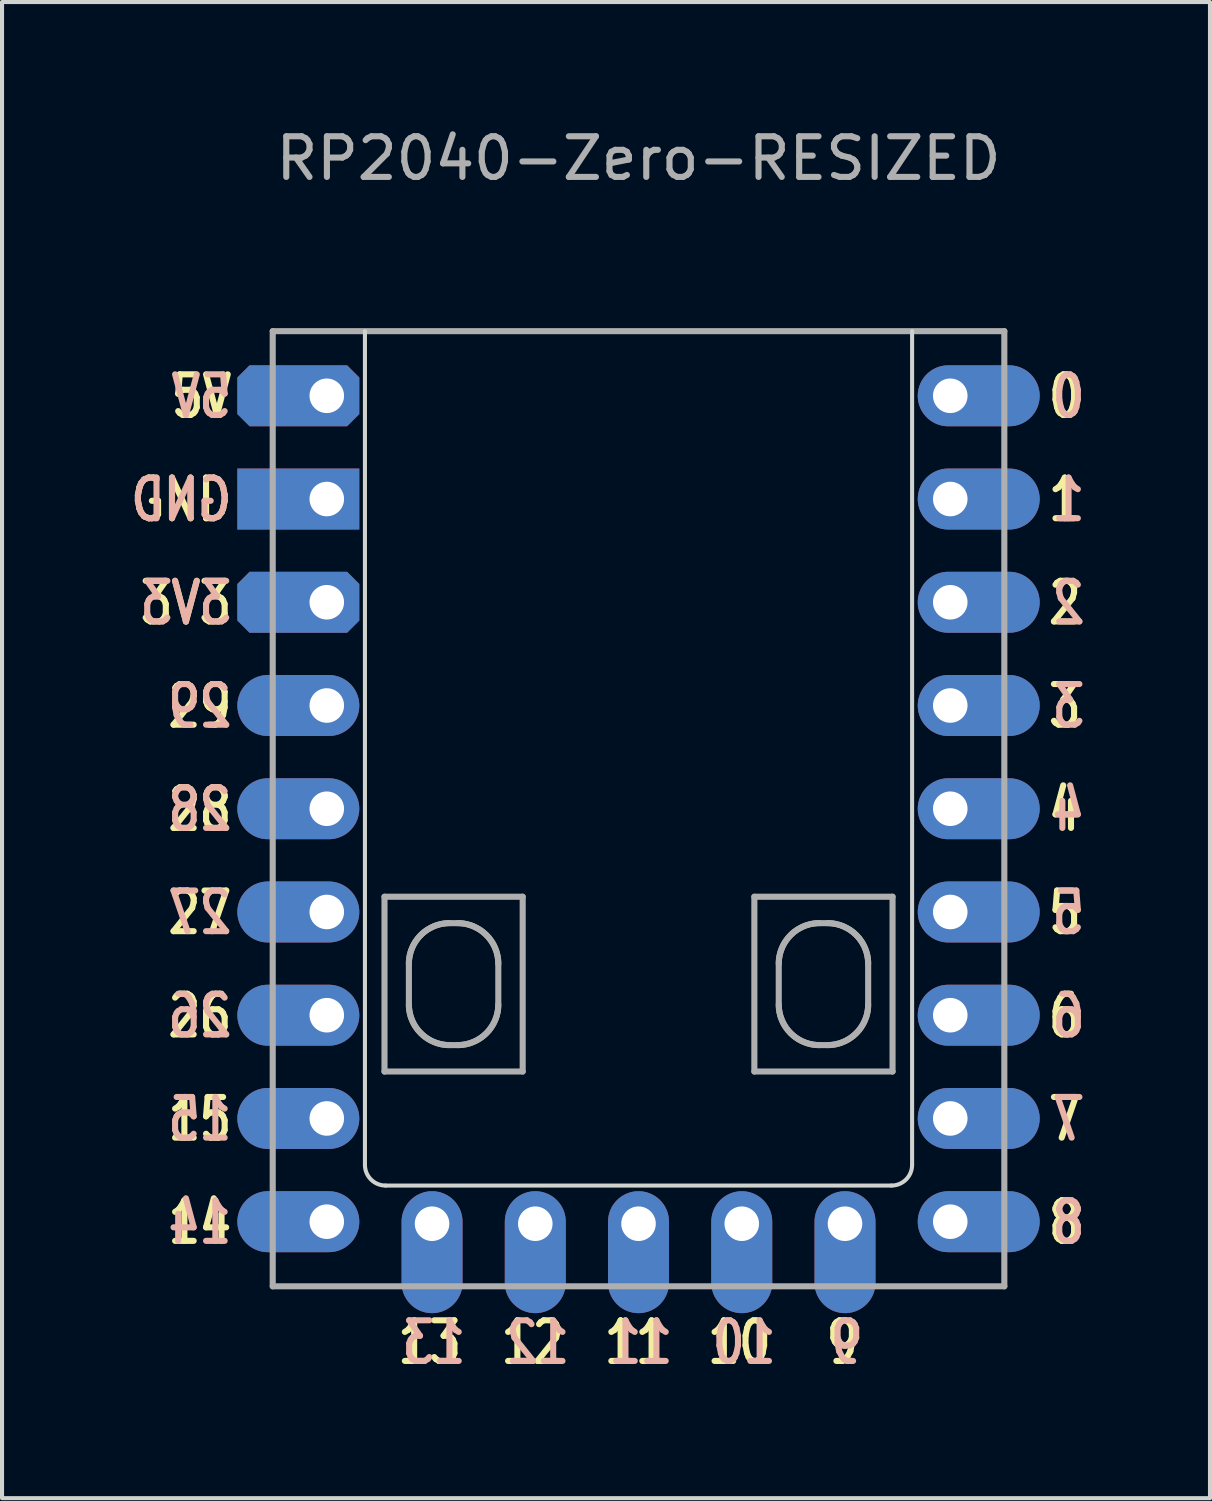
<source format=kicad_pcb>
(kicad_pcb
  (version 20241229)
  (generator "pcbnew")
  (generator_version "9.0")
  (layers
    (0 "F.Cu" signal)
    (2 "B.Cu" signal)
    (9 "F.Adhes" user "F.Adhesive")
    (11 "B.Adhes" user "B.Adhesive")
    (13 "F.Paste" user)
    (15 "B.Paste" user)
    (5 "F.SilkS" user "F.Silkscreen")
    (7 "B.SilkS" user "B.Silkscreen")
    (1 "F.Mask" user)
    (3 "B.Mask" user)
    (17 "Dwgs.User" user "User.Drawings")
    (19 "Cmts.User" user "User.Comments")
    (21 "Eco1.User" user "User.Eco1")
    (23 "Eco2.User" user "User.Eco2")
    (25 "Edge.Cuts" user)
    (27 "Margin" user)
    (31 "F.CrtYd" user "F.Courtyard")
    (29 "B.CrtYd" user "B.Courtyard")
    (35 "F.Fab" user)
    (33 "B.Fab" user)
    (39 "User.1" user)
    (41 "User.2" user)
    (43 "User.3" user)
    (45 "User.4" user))
  (footprint "RP2040-Zero-RESIZED"
    (layer "F.Cu")
    (at 12.66 16.848)
    (property "Reference" "RP2040-Zero-RESIZED" (at 0 -16 0) (layer "F.Fab") (effects (font (size 1 1) (thickness 0.15))))
    (attr through_hole exclude_from_pos_files)
    (fp_line (start -6.731 -11.75) (end -6.731 8.763) (stroke (width 0.1) (type solid)) (layer "Edge.Cuts"))
    (fp_line (start -6.223 9.271) (end 6.223 9.271) (stroke (width 0.1) (type solid)) (layer "Edge.Cuts"))
    (fp_line (start 6.731 8.763) (end 6.731 -11.75) (stroke (width 0.1) (type solid)) (layer "Edge.Cuts"))
    (fp_arc (start -6.223 9.271) (mid -6.58221 9.12221) (end -6.731 8.763) (stroke (width 0.1) (type solid)) (layer "Edge.Cuts"))
    (fp_arc (start 6.731 8.763) (mid 6.58221 9.12221) (end 6.223 9.271) (stroke (width 0.1) (type solid)) (layer "Edge.Cuts"))
    (fp_line (start -9 -11.75) (end 9 -11.75) (stroke (width 0.15) (type default)) (layer "F.Fab"))
    (fp_line (start -9 11.75) (end -9 -11.75) (stroke (width 0.15) (type default)) (layer "F.Fab"))
    (fp_line (start -9 11.75) (end 9 11.75) (stroke (width 0.15) (type default)) (layer "F.Fab"))
    (fp_line (start -6.25 2.165) (end -2.85 2.165) (stroke (width 0.15) (type default)) (layer "F.Fab"))
    (fp_line (start -6.25 6.465) (end -6.25 2.165) (stroke (width 0.15) (type default)) (layer "F.Fab"))
    (fp_line (start -5.65 3.815) (end -5.649 3.763) (stroke (width 0.15) (type default)) (layer "F.Fab"))
    (fp_line (start -5.65 4.815) (end -5.65 3.815) (stroke (width 0.15) (type default)) (layer "F.Fab"))
    (fp_line (start -5.649 3.763) (end -5.645 3.713) (stroke (width 0.15) (type default)) (layer "F.Fab"))
    (fp_line (start -5.649 4.866) (end -5.65 4.815) (stroke (width 0.15) (type default)) (layer "F.Fab"))
    (fp_line (start -5.645 3.713) (end -5.638 3.663) (stroke (width 0.15) (type default)) (layer "F.Fab"))
    (fp_line (start -5.645 4.917) (end -5.649 4.866) (stroke (width 0.15) (type default)) (layer "F.Fab"))
    (fp_line (start -5.638 3.663) (end -5.63 3.613) (stroke (width 0.15) (type default)) (layer "F.Fab"))
    (fp_line (start -5.638 4.967) (end -5.645 4.917) (stroke (width 0.15) (type default)) (layer "F.Fab"))
    (fp_line (start -5.63 3.613) (end -5.618 3.565) (stroke (width 0.15) (type default)) (layer "F.Fab"))
    (fp_line (start -5.63 5.016) (end -5.638 4.967) (stroke (width 0.15) (type default)) (layer "F.Fab"))
    (fp_line (start -5.618 3.565) (end -5.605 3.518) (stroke (width 0.15) (type default)) (layer "F.Fab"))
    (fp_line (start -5.618 5.065) (end -5.63 5.016) (stroke (width 0.15) (type default)) (layer "F.Fab"))
    (fp_line (start -5.605 3.518) (end -5.589 3.471) (stroke (width 0.15) (type default)) (layer "F.Fab"))
    (fp_line (start -5.605 5.112) (end -5.618 5.065) (stroke (width 0.15) (type default)) (layer "F.Fab"))
    (fp_line (start -5.589 3.471) (end -5.571 3.426) (stroke (width 0.15) (type default)) (layer "F.Fab"))
    (fp_line (start -5.589 5.159) (end -5.605 5.112) (stroke (width 0.15) (type default)) (layer "F.Fab"))
    (fp_line (start -5.571 3.426) (end -5.551 3.381) (stroke (width 0.15) (type default)) (layer "F.Fab"))
    (fp_line (start -5.571 5.204) (end -5.589 5.159) (stroke (width 0.15) (type default)) (layer "F.Fab"))
    (fp_line (start -5.551 3.381) (end -5.529 3.338) (stroke (width 0.15) (type default)) (layer "F.Fab"))
    (fp_line (start -5.551 5.248) (end -5.571 5.204) (stroke (width 0.15) (type default)) (layer "F.Fab"))
    (fp_line (start -5.529 3.338) (end -5.505 3.296) (stroke (width 0.15) (type default)) (layer "F.Fab"))
    (fp_line (start -5.529 5.291) (end -5.551 5.248) (stroke (width 0.15) (type default)) (layer "F.Fab"))
    (fp_line (start -5.505 3.296) (end -5.479 3.256) (stroke (width 0.15) (type default)) (layer "F.Fab"))
    (fp_line (start -5.505 5.333) (end -5.529 5.291) (stroke (width 0.15) (type default)) (layer "F.Fab"))
    (fp_line (start -5.479 3.256) (end -5.451 3.217) (stroke (width 0.15) (type default)) (layer "F.Fab"))
    (fp_line (start -5.479 5.374) (end -5.505 5.333) (stroke (width 0.15) (type default)) (layer "F.Fab"))
    (fp_line (start -5.451 3.217) (end -5.421 3.179) (stroke (width 0.15) (type default)) (layer "F.Fab"))
    (fp_line (start -5.451 5.413) (end -5.479 5.374) (stroke (width 0.15) (type default)) (layer "F.Fab"))
    (fp_line (start -5.421 3.179) (end -5.39 3.143) (stroke (width 0.15) (type default)) (layer "F.Fab"))
    (fp_line (start -5.421 5.451) (end -5.451 5.413) (stroke (width 0.15) (type default)) (layer "F.Fab"))
    (fp_line (start -5.39 3.143) (end -5.357 3.108) (stroke (width 0.15) (type default)) (layer "F.Fab"))
    (fp_line (start -5.39 5.487) (end -5.421 5.451) (stroke (width 0.15) (type default)) (layer "F.Fab"))
    (fp_line (start -5.357 3.108) (end -5.322 3.075) (stroke (width 0.15) (type default)) (layer "F.Fab"))
    (fp_line (start -5.357 5.522) (end -5.39 5.487) (stroke (width 0.15) (type default)) (layer "F.Fab"))
    (fp_line (start -5.322 3.075) (end -5.286 3.043) (stroke (width 0.15) (type default)) (layer "F.Fab"))
    (fp_line (start -5.322 5.555) (end -5.357 5.522) (stroke (width 0.15) (type default)) (layer "F.Fab"))
    (fp_line (start -5.286 3.043) (end -5.248 3.014) (stroke (width 0.15) (type default)) (layer "F.Fab"))
    (fp_line (start -5.286 5.586) (end -5.322 5.555) (stroke (width 0.15) (type default)) (layer "F.Fab"))
    (fp_line (start -5.248 3.014) (end -5.209 2.986) (stroke (width 0.15) (type default)) (layer "F.Fab"))
    (fp_line (start -5.248 5.616) (end -5.286 5.586) (stroke (width 0.15) (type default)) (layer "F.Fab"))
    (fp_line (start -5.209 2.986) (end -5.168 2.96) (stroke (width 0.15) (type default)) (layer "F.Fab"))
    (fp_line (start -5.209 5.644) (end -5.248 5.616) (stroke (width 0.15) (type default)) (layer "F.Fab"))
    (fp_line (start -5.168 2.96) (end -5.126 2.936) (stroke (width 0.15) (type default)) (layer "F.Fab"))
    (fp_line (start -5.168 5.67) (end -5.209 5.644) (stroke (width 0.15) (type default)) (layer "F.Fab"))
    (fp_line (start -5.126 2.936) (end -5.083 2.914) (stroke (width 0.15) (type default)) (layer "F.Fab"))
    (fp_line (start -5.126 5.694) (end -5.168 5.67) (stroke (width 0.15) (type default)) (layer "F.Fab"))
    (fp_line (start -5.083 2.914) (end -5.039 2.893) (stroke (width 0.15) (type default)) (layer "F.Fab"))
    (fp_line (start -5.083 5.716) (end -5.126 5.694) (stroke (width 0.15) (type default)) (layer "F.Fab"))
    (fp_line (start -5.039 2.893) (end -4.994 2.876) (stroke (width 0.15) (type default)) (layer "F.Fab"))
    (fp_line (start -5.039 5.736) (end -5.083 5.716) (stroke (width 0.15) (type default)) (layer "F.Fab"))
    (fp_line (start -4.994 2.876) (end -4.947 2.86) (stroke (width 0.15) (type default)) (layer "F.Fab"))
    (fp_line (start -4.994 5.754) (end -5.039 5.736) (stroke (width 0.15) (type default)) (layer "F.Fab"))
    (fp_line (start -4.947 2.86) (end -4.9 2.846) (stroke (width 0.15) (type default)) (layer "F.Fab"))
    (fp_line (start -4.947 5.77) (end -4.994 5.754) (stroke (width 0.15) (type default)) (layer "F.Fab"))
    (fp_line (start -4.9 2.846) (end -4.851 2.835) (stroke (width 0.15) (type default)) (layer "F.Fab"))
    (fp_line (start -4.9 5.783) (end -4.947 5.77) (stroke (width 0.15) (type default)) (layer "F.Fab"))
    (fp_line (start -4.851 2.835) (end -4.802 2.826) (stroke (width 0.15) (type default)) (layer "F.Fab"))
    (fp_line (start -4.851 5.795) (end -4.9 5.783) (stroke (width 0.15) (type default)) (layer "F.Fab"))
    (fp_line (start -4.802 2.826) (end -4.752 2.82) (stroke (width 0.15) (type default)) (layer "F.Fab"))
    (fp_line (start -4.802 5.803) (end -4.851 5.795) (stroke (width 0.15) (type default)) (layer "F.Fab"))
    (fp_line (start -4.752 2.82) (end -4.701 2.816) (stroke (width 0.15) (type default)) (layer "F.Fab"))
    (fp_line (start -4.752 5.81) (end -4.802 5.803) (stroke (width 0.15) (type default)) (layer "F.Fab"))
    (fp_line (start -4.701 2.816) (end -4.65 2.815) (stroke (width 0.15) (type default)) (layer "F.Fab"))
    (fp_line (start -4.701 5.814) (end -4.752 5.81) (stroke (width 0.15) (type default)) (layer "F.Fab"))
    (fp_line (start -4.65 2.815) (end -4.45 2.815) (stroke (width 0.15) (type default)) (layer "F.Fab"))
    (fp_line (start -4.65 5.815) (end -4.701 5.814) (stroke (width 0.15) (type default)) (layer "F.Fab"))
    (fp_line (start -4.45 2.815) (end -4.399 2.816) (stroke (width 0.15) (type default)) (layer "F.Fab"))
    (fp_line (start -4.45 5.815) (end -4.65 5.815) (stroke (width 0.15) (type default)) (layer "F.Fab"))
    (fp_line (start -4.399 2.816) (end -4.348 2.82) (stroke (width 0.15) (type default)) (layer "F.Fab"))
    (fp_line (start -4.399 5.814) (end -4.45 5.815) (stroke (width 0.15) (type default)) (layer "F.Fab"))
    (fp_line (start -4.348 2.82) (end -4.298 2.826) (stroke (width 0.15) (type default)) (layer "F.Fab"))
    (fp_line (start -4.348 5.81) (end -4.399 5.814) (stroke (width 0.15) (type default)) (layer "F.Fab"))
    (fp_line (start -4.298 2.826) (end -4.248 2.835) (stroke (width 0.15) (type default)) (layer "F.Fab"))
    (fp_line (start -4.298 5.803) (end -4.348 5.81) (stroke (width 0.15) (type default)) (layer "F.Fab"))
    (fp_line (start -4.248 2.835) (end -4.2 2.846) (stroke (width 0.15) (type default)) (layer "F.Fab"))
    (fp_line (start -4.248 5.795) (end -4.298 5.803) (stroke (width 0.15) (type default)) (layer "F.Fab"))
    (fp_line (start -4.2 2.846) (end -4.153 2.86) (stroke (width 0.15) (type default)) (layer "F.Fab"))
    (fp_line (start -4.2 5.783) (end -4.248 5.795) (stroke (width 0.15) (type default)) (layer "F.Fab"))
    (fp_line (start -4.153 2.86) (end -4.106 2.876) (stroke (width 0.15) (type default)) (layer "F.Fab"))
    (fp_line (start -4.153 5.77) (end -4.2 5.783) (stroke (width 0.15) (type default)) (layer "F.Fab"))
    (fp_line (start -4.106 2.876) (end -4.061 2.893) (stroke (width 0.15) (type default)) (layer "F.Fab"))
    (fp_line (start -4.106 5.754) (end -4.153 5.77) (stroke (width 0.15) (type default)) (layer "F.Fab"))
    (fp_line (start -4.061 2.893) (end -4.017 2.914) (stroke (width 0.15) (type default)) (layer "F.Fab"))
    (fp_line (start -4.061 5.736) (end -4.106 5.754) (stroke (width 0.15) (type default)) (layer "F.Fab"))
    (fp_line (start -4.017 2.914) (end -3.974 2.936) (stroke (width 0.15) (type default)) (layer "F.Fab"))
    (fp_line (start -4.017 5.716) (end -4.061 5.736) (stroke (width 0.15) (type default)) (layer "F.Fab"))
    (fp_line (start -3.974 2.936) (end -3.932 2.96) (stroke (width 0.15) (type default)) (layer "F.Fab"))
    (fp_line (start -3.974 5.694) (end -4.017 5.716) (stroke (width 0.15) (type default)) (layer "F.Fab"))
    (fp_line (start -3.932 2.96) (end -3.891 2.986) (stroke (width 0.15) (type default)) (layer "F.Fab"))
    (fp_line (start -3.932 5.67) (end -3.974 5.694) (stroke (width 0.15) (type default)) (layer "F.Fab"))
    (fp_line (start -3.891 2.986) (end -3.852 3.014) (stroke (width 0.15) (type default)) (layer "F.Fab"))
    (fp_line (start -3.891 5.644) (end -3.932 5.67) (stroke (width 0.15) (type default)) (layer "F.Fab"))
    (fp_line (start -3.852 3.014) (end -3.814 3.043) (stroke (width 0.15) (type default)) (layer "F.Fab"))
    (fp_line (start -3.852 5.616) (end -3.891 5.644) (stroke (width 0.15) (type default)) (layer "F.Fab"))
    (fp_line (start -3.814 3.043) (end -3.778 3.075) (stroke (width 0.15) (type default)) (layer "F.Fab"))
    (fp_line (start -3.814 5.586) (end -3.852 5.616) (stroke (width 0.15) (type default)) (layer "F.Fab"))
    (fp_line (start -3.778 3.075) (end -3.743 3.108) (stroke (width 0.15) (type default)) (layer "F.Fab"))
    (fp_line (start -3.778 5.555) (end -3.814 5.586) (stroke (width 0.15) (type default)) (layer "F.Fab"))
    (fp_line (start -3.743 3.108) (end -3.71 3.143) (stroke (width 0.15) (type default)) (layer "F.Fab"))
    (fp_line (start -3.743 5.522) (end -3.778 5.555) (stroke (width 0.15) (type default)) (layer "F.Fab"))
    (fp_line (start -3.71 3.143) (end -3.678 3.179) (stroke (width 0.15) (type default)) (layer "F.Fab"))
    (fp_line (start -3.71 5.487) (end -3.743 5.522) (stroke (width 0.15) (type default)) (layer "F.Fab"))
    (fp_line (start -3.678 3.179) (end -3.649 3.217) (stroke (width 0.15) (type default)) (layer "F.Fab"))
    (fp_line (start -3.678 5.451) (end -3.71 5.487) (stroke (width 0.15) (type default)) (layer "F.Fab"))
    (fp_line (start -3.649 3.217) (end -3.621 3.256) (stroke (width 0.15) (type default)) (layer "F.Fab"))
    (fp_line (start -3.649 5.413) (end -3.678 5.451) (stroke (width 0.15) (type default)) (layer "F.Fab"))
    (fp_line (start -3.621 3.256) (end -3.595 3.296) (stroke (width 0.15) (type default)) (layer "F.Fab"))
    (fp_line (start -3.621 5.374) (end -3.649 5.413) (stroke (width 0.15) (type default)) (layer "F.Fab"))
    (fp_line (start -3.595 3.296) (end -3.571 3.338) (stroke (width 0.15) (type default)) (layer "F.Fab"))
    (fp_line (start -3.595 5.333) (end -3.621 5.374) (stroke (width 0.15) (type default)) (layer "F.Fab"))
    (fp_line (start -3.571 3.338) (end -3.549 3.381) (stroke (width 0.15) (type default)) (layer "F.Fab"))
    (fp_line (start -3.571 5.291) (end -3.595 5.333) (stroke (width 0.15) (type default)) (layer "F.Fab"))
    (fp_line (start -3.549 3.381) (end -3.529 3.426) (stroke (width 0.15) (type default)) (layer "F.Fab"))
    (fp_line (start -3.549 5.248) (end -3.571 5.291) (stroke (width 0.15) (type default)) (layer "F.Fab"))
    (fp_line (start -3.529 3.426) (end -3.511 3.471) (stroke (width 0.15) (type default)) (layer "F.Fab"))
    (fp_line (start -3.529 5.204) (end -3.549 5.248) (stroke (width 0.15) (type default)) (layer "F.Fab"))
    (fp_line (start -3.511 3.471) (end -3.495 3.518) (stroke (width 0.15) (type default)) (layer "F.Fab"))
    (fp_line (start -3.511 5.159) (end -3.529 5.204) (stroke (width 0.15) (type default)) (layer "F.Fab"))
    (fp_line (start -3.495 3.518) (end -3.482 3.565) (stroke (width 0.15) (type default)) (layer "F.Fab"))
    (fp_line (start -3.495 5.112) (end -3.511 5.159) (stroke (width 0.15) (type default)) (layer "F.Fab"))
    (fp_line (start -3.482 3.565) (end -3.47 3.613) (stroke (width 0.15) (type default)) (layer "F.Fab"))
    (fp_line (start -3.482 5.065) (end -3.495 5.112) (stroke (width 0.15) (type default)) (layer "F.Fab"))
    (fp_line (start -3.47 3.613) (end -3.462 3.663) (stroke (width 0.15) (type default)) (layer "F.Fab"))
    (fp_line (start -3.47 5.016) (end -3.482 5.065) (stroke (width 0.15) (type default)) (layer "F.Fab"))
    (fp_line (start -3.462 3.663) (end -3.455 3.713) (stroke (width 0.15) (type default)) (layer "F.Fab"))
    (fp_line (start -3.462 4.967) (end -3.47 5.016) (stroke (width 0.15) (type default)) (layer "F.Fab"))
    (fp_line (start -3.455 3.713) (end -3.451 3.763) (stroke (width 0.15) (type default)) (layer "F.Fab"))
    (fp_line (start -3.455 4.917) (end -3.462 4.967) (stroke (width 0.15) (type default)) (layer "F.Fab"))
    (fp_line (start -3.451 3.763) (end -3.45 3.815) (stroke (width 0.15) (type default)) (layer "F.Fab"))
    (fp_line (start -3.451 4.866) (end -3.455 4.917) (stroke (width 0.15) (type default)) (layer "F.Fab"))
    (fp_line (start -3.45 3.815) (end -3.45 4.815) (stroke (width 0.15) (type default)) (layer "F.Fab"))
    (fp_line (start -3.45 4.815) (end -3.451 4.866) (stroke (width 0.15) (type default)) (layer "F.Fab"))
    (fp_line (start -2.85 2.165) (end -2.85 6.465) (stroke (width 0.15) (type default)) (layer "F.Fab"))
    (fp_line (start -2.85 6.465) (end -6.25 6.465) (stroke (width 0.15) (type default)) (layer "F.Fab"))
    (fp_line (start 2.85 2.165) (end 6.25 2.165) (stroke (width 0.15) (type default)) (layer "F.Fab"))
    (fp_line (start 2.85 6.465) (end 2.85 2.165) (stroke (width 0.15) (type default)) (layer "F.Fab"))
    (fp_line (start 3.45 3.815) (end 3.451 3.763) (stroke (width 0.15) (type default)) (layer "F.Fab"))
    (fp_line (start 3.45 4.815) (end 3.45 3.815) (stroke (width 0.15) (type default)) (layer "F.Fab"))
    (fp_line (start 3.451 3.763) (end 3.455 3.713) (stroke (width 0.15) (type default)) (layer "F.Fab"))
    (fp_line (start 3.451 4.866) (end 3.45 4.815) (stroke (width 0.15) (type default)) (layer "F.Fab"))
    (fp_line (start 3.455 3.713) (end 3.462 3.663) (stroke (width 0.15) (type default)) (layer "F.Fab"))
    (fp_line (start 3.455 4.917) (end 3.451 4.866) (stroke (width 0.15) (type default)) (layer "F.Fab"))
    (fp_line (start 3.462 3.663) (end 3.47 3.613) (stroke (width 0.15) (type default)) (layer "F.Fab"))
    (fp_line (start 3.462 4.967) (end 3.455 4.917) (stroke (width 0.15) (type default)) (layer "F.Fab"))
    (fp_line (start 3.47 3.613) (end 3.482 3.565) (stroke (width 0.15) (type default)) (layer "F.Fab"))
    (fp_line (start 3.47 5.016) (end 3.462 4.967) (stroke (width 0.15) (type default)) (layer "F.Fab"))
    (fp_line (start 3.482 3.565) (end 3.495 3.518) (stroke (width 0.15) (type default)) (layer "F.Fab"))
    (fp_line (start 3.482 5.065) (end 3.47 5.016) (stroke (width 0.15) (type default)) (layer "F.Fab"))
    (fp_line (start 3.495 3.518) (end 3.511 3.471) (stroke (width 0.15) (type default)) (layer "F.Fab"))
    (fp_line (start 3.495 5.112) (end 3.482 5.065) (stroke (width 0.15) (type default)) (layer "F.Fab"))
    (fp_line (start 3.511 3.471) (end 3.529 3.426) (stroke (width 0.15) (type default)) (layer "F.Fab"))
    (fp_line (start 3.511 5.159) (end 3.495 5.112) (stroke (width 0.15) (type default)) (layer "F.Fab"))
    (fp_line (start 3.529 3.426) (end 3.549 3.381) (stroke (width 0.15) (type default)) (layer "F.Fab"))
    (fp_line (start 3.529 5.204) (end 3.511 5.159) (stroke (width 0.15) (type default)) (layer "F.Fab"))
    (fp_line (start 3.549 3.381) (end 3.571 3.338) (stroke (width 0.15) (type default)) (layer "F.Fab"))
    (fp_line (start 3.549 5.248) (end 3.529 5.204) (stroke (width 0.15) (type default)) (layer "F.Fab"))
    (fp_line (start 3.571 3.338) (end 3.595 3.296) (stroke (width 0.15) (type default)) (layer "F.Fab"))
    (fp_line (start 3.571 5.291) (end 3.549 5.248) (stroke (width 0.15) (type default)) (layer "F.Fab"))
    (fp_line (start 3.595 3.296) (end 3.621 3.256) (stroke (width 0.15) (type default)) (layer "F.Fab"))
    (fp_line (start 3.595 5.333) (end 3.571 5.291) (stroke (width 0.15) (type default)) (layer "F.Fab"))
    (fp_line (start 3.621 3.256) (end 3.649 3.217) (stroke (width 0.15) (type default)) (layer "F.Fab"))
    (fp_line (start 3.621 5.374) (end 3.595 5.333) (stroke (width 0.15) (type default)) (layer "F.Fab"))
    (fp_line (start 3.649 3.217) (end 3.679 3.179) (stroke (width 0.15) (type default)) (layer "F.Fab"))
    (fp_line (start 3.649 5.413) (end 3.621 5.374) (stroke (width 0.15) (type default)) (layer "F.Fab"))
    (fp_line (start 3.679 3.179) (end 3.71 3.143) (stroke (width 0.15) (type default)) (layer "F.Fab"))
    (fp_line (start 3.679 5.451) (end 3.649 5.413) (stroke (width 0.15) (type default)) (layer "F.Fab"))
    (fp_line (start 3.71 3.143) (end 3.743 3.108) (stroke (width 0.15) (type default)) (layer "F.Fab"))
    (fp_line (start 3.71 5.487) (end 3.679 5.451) (stroke (width 0.15) (type default)) (layer "F.Fab"))
    (fp_line (start 3.743 3.108) (end 3.778 3.075) (stroke (width 0.15) (type default)) (layer "F.Fab"))
    (fp_line (start 3.743 5.522) (end 3.71 5.487) (stroke (width 0.15) (type default)) (layer "F.Fab"))
    (fp_line (start 3.778 3.075) (end 3.814 3.043) (stroke (width 0.15) (type default)) (layer "F.Fab"))
    (fp_line (start 3.778 5.555) (end 3.743 5.522) (stroke (width 0.15) (type default)) (layer "F.Fab"))
    (fp_line (start 3.814 3.043) (end 3.852 3.014) (stroke (width 0.15) (type default)) (layer "F.Fab"))
    (fp_line (start 3.814 5.586) (end 3.778 5.555) (stroke (width 0.15) (type default)) (layer "F.Fab"))
    (fp_line (start 3.852 3.014) (end 3.891 2.986) (stroke (width 0.15) (type default)) (layer "F.Fab"))
    (fp_line (start 3.852 5.616) (end 3.814 5.586) (stroke (width 0.15) (type default)) (layer "F.Fab"))
    (fp_line (start 3.891 2.986) (end 3.932 2.96) (stroke (width 0.15) (type default)) (layer "F.Fab"))
    (fp_line (start 3.891 5.644) (end 3.852 5.616) (stroke (width 0.15) (type default)) (layer "F.Fab"))
    (fp_line (start 3.932 2.96) (end 3.974 2.936) (stroke (width 0.15) (type default)) (layer "F.Fab"))
    (fp_line (start 3.932 5.67) (end 3.891 5.644) (stroke (width 0.15) (type default)) (layer "F.Fab"))
    (fp_line (start 3.974 2.936) (end 4.017 2.914) (stroke (width 0.15) (type default)) (layer "F.Fab"))
    (fp_line (start 3.974 5.694) (end 3.932 5.67) (stroke (width 0.15) (type default)) (layer "F.Fab"))
    (fp_line (start 4.017 2.914) (end 4.061 2.893) (stroke (width 0.15) (type default)) (layer "F.Fab"))
    (fp_line (start 4.017 5.716) (end 3.974 5.694) (stroke (width 0.15) (type default)) (layer "F.Fab"))
    (fp_line (start 4.061 2.893) (end 4.106 2.876) (stroke (width 0.15) (type default)) (layer "F.Fab"))
    (fp_line (start 4.061 5.736) (end 4.017 5.716) (stroke (width 0.15) (type default)) (layer "F.Fab"))
    (fp_line (start 4.106 2.876) (end 4.153 2.86) (stroke (width 0.15) (type default)) (layer "F.Fab"))
    (fp_line (start 4.106 5.754) (end 4.061 5.736) (stroke (width 0.15) (type default)) (layer "F.Fab"))
    (fp_line (start 4.153 2.86) (end 4.2 2.846) (stroke (width 0.15) (type default)) (layer "F.Fab"))
    (fp_line (start 4.153 5.77) (end 4.106 5.754) (stroke (width 0.15) (type default)) (layer "F.Fab"))
    (fp_line (start 4.2 2.846) (end 4.249 2.835) (stroke (width 0.15) (type default)) (layer "F.Fab"))
    (fp_line (start 4.2 5.783) (end 4.153 5.77) (stroke (width 0.15) (type default)) (layer "F.Fab"))
    (fp_line (start 4.249 2.835) (end 4.298 2.826) (stroke (width 0.15) (type default)) (layer "F.Fab"))
    (fp_line (start 4.249 5.795) (end 4.2 5.783) (stroke (width 0.15) (type default)) (layer "F.Fab"))
    (fp_line (start 4.298 2.826) (end 4.348 2.82) (stroke (width 0.15) (type default)) (layer "F.Fab"))
    (fp_line (start 4.298 5.803) (end 4.249 5.795) (stroke (width 0.15) (type default)) (layer "F.Fab"))
    (fp_line (start 4.348 2.82) (end 4.399 2.816) (stroke (width 0.15) (type default)) (layer "F.Fab"))
    (fp_line (start 4.348 5.81) (end 4.298 5.803) (stroke (width 0.15) (type default)) (layer "F.Fab"))
    (fp_line (start 4.399 2.816) (end 4.45 2.815) (stroke (width 0.15) (type default)) (layer "F.Fab"))
    (fp_line (start 4.399 5.814) (end 4.348 5.81) (stroke (width 0.15) (type default)) (layer "F.Fab"))
    (fp_line (start 4.45 2.815) (end 4.65 2.815) (stroke (width 0.15) (type default)) (layer "F.Fab"))
    (fp_line (start 4.45 5.815) (end 4.399 5.814) (stroke (width 0.15) (type default)) (layer "F.Fab"))
    (fp_line (start 4.65 2.815) (end 4.702 2.816) (stroke (width 0.15) (type default)) (layer "F.Fab"))
    (fp_line (start 4.65 5.815) (end 4.45 5.815) (stroke (width 0.15) (type default)) (layer "F.Fab"))
    (fp_line (start 4.702 2.816) (end 4.752 2.82) (stroke (width 0.15) (type default)) (layer "F.Fab"))
    (fp_line (start 4.702 5.814) (end 4.65 5.815) (stroke (width 0.15) (type default)) (layer "F.Fab"))
    (fp_line (start 4.752 2.82) (end 4.802 2.826) (stroke (width 0.15) (type default)) (layer "F.Fab"))
    (fp_line (start 4.752 5.81) (end 4.702 5.814) (stroke (width 0.15) (type default)) (layer "F.Fab"))
    (fp_line (start 4.802 2.826) (end 4.851 2.835) (stroke (width 0.15) (type default)) (layer "F.Fab"))
    (fp_line (start 4.802 5.803) (end 4.752 5.81) (stroke (width 0.15) (type default)) (layer "F.Fab"))
    (fp_line (start 4.851 2.835) (end 4.9 2.846) (stroke (width 0.15) (type default)) (layer "F.Fab"))
    (fp_line (start 4.851 5.795) (end 4.802 5.803) (stroke (width 0.15) (type default)) (layer "F.Fab"))
    (fp_line (start 4.9 2.846) (end 4.947 2.86) (stroke (width 0.15) (type default)) (layer "F.Fab"))
    (fp_line (start 4.9 5.783) (end 4.851 5.795) (stroke (width 0.15) (type default)) (layer "F.Fab"))
    (fp_line (start 4.947 2.86) (end 4.994 2.876) (stroke (width 0.15) (type default)) (layer "F.Fab"))
    (fp_line (start 4.947 5.77) (end 4.9 5.783) (stroke (width 0.15) (type default)) (layer "F.Fab"))
    (fp_line (start 4.994 2.876) (end 5.039 2.893) (stroke (width 0.15) (type default)) (layer "F.Fab"))
    (fp_line (start 4.994 5.754) (end 4.947 5.77) (stroke (width 0.15) (type default)) (layer "F.Fab"))
    (fp_line (start 5.039 2.893) (end 5.083 2.914) (stroke (width 0.15) (type default)) (layer "F.Fab"))
    (fp_line (start 5.039 5.736) (end 4.994 5.754) (stroke (width 0.15) (type default)) (layer "F.Fab"))
    (fp_line (start 5.083 2.914) (end 5.127 2.936) (stroke (width 0.15) (type default)) (layer "F.Fab"))
    (fp_line (start 5.083 5.716) (end 5.039 5.736) (stroke (width 0.15) (type default)) (layer "F.Fab"))
    (fp_line (start 5.127 2.936) (end 5.168 2.96) (stroke (width 0.15) (type default)) (layer "F.Fab"))
    (fp_line (start 5.127 5.694) (end 5.083 5.716) (stroke (width 0.15) (type default)) (layer "F.Fab"))
    (fp_line (start 5.168 2.96) (end 5.209 2.986) (stroke (width 0.15) (type default)) (layer "F.Fab"))
    (fp_line (start 5.168 5.67) (end 5.127 5.694) (stroke (width 0.15) (type default)) (layer "F.Fab"))
    (fp_line (start 5.209 2.986) (end 5.248 3.014) (stroke (width 0.15) (type default)) (layer "F.Fab"))
    (fp_line (start 5.209 5.644) (end 5.168 5.67) (stroke (width 0.15) (type default)) (layer "F.Fab"))
    (fp_line (start 5.248 3.014) (end 5.286 3.043) (stroke (width 0.15) (type default)) (layer "F.Fab"))
    (fp_line (start 5.248 5.616) (end 5.209 5.644) (stroke (width 0.15) (type default)) (layer "F.Fab"))
    (fp_line (start 5.286 3.043) (end 5.322 3.075) (stroke (width 0.15) (type default)) (layer "F.Fab"))
    (fp_line (start 5.286 5.586) (end 5.248 5.616) (stroke (width 0.15) (type default)) (layer "F.Fab"))
    (fp_line (start 5.322 3.075) (end 5.357 3.108) (stroke (width 0.15) (type default)) (layer "F.Fab"))
    (fp_line (start 5.322 5.555) (end 5.286 5.586) (stroke (width 0.15) (type default)) (layer "F.Fab"))
    (fp_line (start 5.357 3.108) (end 5.39 3.143) (stroke (width 0.15) (type default)) (layer "F.Fab"))
    (fp_line (start 5.357 5.522) (end 5.322 5.555) (stroke (width 0.15) (type default)) (layer "F.Fab"))
    (fp_line (start 5.39 3.143) (end 5.422 3.179) (stroke (width 0.15) (type default)) (layer "F.Fab"))
    (fp_line (start 5.39 5.487) (end 5.357 5.522) (stroke (width 0.15) (type default)) (layer "F.Fab"))
    (fp_line (start 5.422 3.179) (end 5.451 3.217) (stroke (width 0.15) (type default)) (layer "F.Fab"))
    (fp_line (start 5.422 5.451) (end 5.39 5.487) (stroke (width 0.15) (type default)) (layer "F.Fab"))
    (fp_line (start 5.451 3.217) (end 5.479 3.256) (stroke (width 0.15) (type default)) (layer "F.Fab"))
    (fp_line (start 5.451 5.413) (end 5.422 5.451) (stroke (width 0.15) (type default)) (layer "F.Fab"))
    (fp_line (start 5.479 3.256) (end 5.505 3.296) (stroke (width 0.15) (type default)) (layer "F.Fab"))
    (fp_line (start 5.479 5.374) (end 5.451 5.413) (stroke (width 0.15) (type default)) (layer "F.Fab"))
    (fp_line (start 5.505 3.296) (end 5.529 3.338) (stroke (width 0.15) (type default)) (layer "F.Fab"))
    (fp_line (start 5.505 5.333) (end 5.479 5.374) (stroke (width 0.15) (type default)) (layer "F.Fab"))
    (fp_line (start 5.529 3.338) (end 5.551 3.381) (stroke (width 0.15) (type default)) (layer "F.Fab"))
    (fp_line (start 5.529 5.291) (end 5.505 5.333) (stroke (width 0.15) (type default)) (layer "F.Fab"))
    (fp_line (start 5.551 3.381) (end 5.571 3.426) (stroke (width 0.15) (type default)) (layer "F.Fab"))
    (fp_line (start 5.551 5.248) (end 5.529 5.291) (stroke (width 0.15) (type default)) (layer "F.Fab"))
    (fp_line (start 5.571 3.426) (end 5.589 3.471) (stroke (width 0.15) (type default)) (layer "F.Fab"))
    (fp_line (start 5.571 5.204) (end 5.551 5.248) (stroke (width 0.15) (type default)) (layer "F.Fab"))
    (fp_line (start 5.589 3.471) (end 5.605 3.518) (stroke (width 0.15) (type default)) (layer "F.Fab"))
    (fp_line (start 5.589 5.159) (end 5.571 5.204) (stroke (width 0.15) (type default)) (layer "F.Fab"))
    (fp_line (start 5.605 3.518) (end 5.619 3.565) (stroke (width 0.15) (type default)) (layer "F.Fab"))
    (fp_line (start 5.605 5.112) (end 5.589 5.159) (stroke (width 0.15) (type default)) (layer "F.Fab"))
    (fp_line (start 5.619 3.565) (end 5.63 3.613) (stroke (width 0.15) (type default)) (layer "F.Fab"))
    (fp_line (start 5.619 5.065) (end 5.605 5.112) (stroke (width 0.15) (type default)) (layer "F.Fab"))
    (fp_line (start 5.63 3.613) (end 5.638 3.663) (stroke (width 0.15) (type default)) (layer "F.Fab"))
    (fp_line (start 5.63 5.016) (end 5.619 5.065) (stroke (width 0.15) (type default)) (layer "F.Fab"))
    (fp_line (start 5.638 3.663) (end 5.645 3.713) (stroke (width 0.15) (type default)) (layer "F.Fab"))
    (fp_line (start 5.638 4.967) (end 5.63 5.016) (stroke (width 0.15) (type default)) (layer "F.Fab"))
    (fp_line (start 5.645 3.713) (end 5.649 3.763) (stroke (width 0.15) (type default)) (layer "F.Fab"))
    (fp_line (start 5.645 4.917) (end 5.638 4.967) (stroke (width 0.15) (type default)) (layer "F.Fab"))
    (fp_line (start 5.649 3.763) (end 5.65 3.815) (stroke (width 0.15) (type default)) (layer "F.Fab"))
    (fp_line (start 5.649 4.866) (end 5.645 4.917) (stroke (width 0.15) (type default)) (layer "F.Fab"))
    (fp_line (start 5.65 3.815) (end 5.65 4.815) (stroke (width 0.15) (type default)) (layer "F.Fab"))
    (fp_line (start 5.65 4.815) (end 5.649 4.866) (stroke (width 0.15) (type default)) (layer "F.Fab"))
    (fp_line (start 6.25 2.165) (end 6.25 6.465) (stroke (width 0.15) (type default)) (layer "F.Fab"))
    (fp_line (start 6.25 6.465) (end 2.85 6.465) (stroke (width 0.15) (type default)) (layer "F.Fab"))
    (fp_line (start 9 11.75) (end 9 -11.75) (stroke (width 0.15) (type default)) (layer "F.Fab"))
    (fp_text user "0" (at 10.008 -9.558 0) (unlocked yes) (layer "F.SilkS") (effects (font (size 1 0.8) (thickness 0.15)) (justify left bottom)))
    (fp_text user "14" (at -9.932 10.762 0) (unlocked yes) (layer "F.SilkS") (effects (font (size 1 0.8) (thickness 0.15)) (justify right bottom)))
    (fp_text user "10" (at 1.62 13.716 0) (unlocked yes) (layer "F.SilkS") (effects (font (size 1 0.8) (thickness 0.15)) (justify left bottom)))
    (fp_text user "2" (at 10.008 -4.478 0) (unlocked yes) (layer "F.SilkS") (effects (font (size 1 0.8) (thickness 0.15)) (justify left bottom)))
    (fp_text user "5" (at 10.008 3.142 0) (unlocked yes) (layer "F.SilkS") (effects (font (size 1 0.8) (thickness 0.15)) (justify left bottom)))
    (fp_text user "13" (at -6 13.716 0) (unlocked yes) (layer "F.SilkS") (effects (font (size 1 0.8) (thickness 0.15)) (justify left bottom)))
    (fp_text user "7" (at 10.008 8.222 0) (unlocked yes) (layer "F.SilkS") (effects (font (size 1 0.8) (thickness 0.15)) (justify left bottom)))
    (fp_text user "9" (at 4.541 13.716 0) (unlocked yes) (layer "F.SilkS") (effects (font (size 1 0.8) (thickness 0.15)) (justify left bottom)))
    (fp_text user "4" (at 10.008 0.602 0) (unlocked yes) (layer "F.SilkS") (effects (font (size 1 0.8) (thickness 0.15)) (justify left bottom)))
    (fp_text user "12" (at -3.46 13.716 0) (unlocked yes) (layer "F.SilkS") (effects (font (size 1 0.8) (thickness 0.15)) (justify left bottom)))
    (fp_text user "27" (at -9.932 3.142 0) (unlocked yes) (layer "F.SilkS") (effects (font (size 1 0.8) (thickness 0.15)) (justify right bottom)))
    (fp_text user "5V" (at -9.932 -9.558 0) (unlocked yes) (layer "F.SilkS") (effects (font (size 1 0.8) (thickness 0.15)) (justify right bottom)))
    (fp_text user "3V3" (at -9.932 -4.478 0) (unlocked yes) (layer "F.SilkS") (effects (font (size 1 0.8) (thickness 0.15)) (justify right bottom)))
    (fp_text user "29" (at -9.932 -1.938 0) (unlocked yes) (layer "F.SilkS") (effects (font (size 1 0.8) (thickness 0.15)) (justify right bottom)))
    (fp_text user "GND" (at -9.932 -7.018 0) (unlocked yes) (layer "F.SilkS") (effects (font (size 1 0.8) (thickness 0.15)) (justify right bottom)))
    (fp_text user "15" (at -9.932 8.222 0) (unlocked yes) (layer "F.SilkS") (effects (font (size 1 0.8) (thickness 0.15)) (justify right bottom)))
    (fp_text user "6" (at 10.008 5.682 0) (unlocked yes) (layer "F.SilkS") (effects (font (size 1 0.8) (thickness 0.15)) (justify left bottom)))
    (fp_text user "1" (at 10.008 -7.018 0) (unlocked yes) (layer "F.SilkS") (effects (font (size 1 0.8) (thickness 0.15)) (justify left bottom)))
    (fp_text user "28" (at -9.932 0.602 0) (unlocked yes) (layer "F.SilkS") (effects (font (size 1 0.8) (thickness 0.15)) (justify right bottom)))
    (fp_text user "3" (at 10.008 -1.938 0) (unlocked yes) (layer "F.SilkS") (effects (font (size 1 0.8) (thickness 0.15)) (justify left bottom)))
    (fp_text user "11" (at -0.92 13.716 0) (unlocked yes) (layer "F.SilkS") (effects (font (size 1 0.8) (thickness 0.15)) (justify left bottom)))
    (fp_text user "8" (at 10.008 10.762 0) (unlocked yes) (layer "F.SilkS") (effects (font (size 1 0.8) (thickness 0.15)) (justify left bottom)))
    (fp_text user "26" (at -9.932 5.682 0) (unlocked yes) (layer "F.SilkS") (effects (font (size 1 0.8) (thickness 0.15)) (justify right bottom)))
    (fp_text user "29" (at -9.932 -1.938 0) (unlocked yes) (layer "B.SilkS") (effects (font (size 1 0.8) (thickness 0.15)) (justify left bottom mirror)))
    (fp_text user "4" (at 11.06 0.602 0) (unlocked yes) (layer "B.SilkS") (effects (font (size 1 0.8) (thickness 0.15)) (justify left bottom mirror)))
    (fp_text user "13" (at -4.173 13.716 0) (unlocked yes) (layer "B.SilkS") (effects (font (size 1 0.8) (thickness 0.15)) (justify left bottom mirror)))
    (fp_text user "5" (at 11.06 3.142 0) (unlocked yes) (layer "B.SilkS") (effects (font (size 1 0.8) (thickness 0.15)) (justify left bottom mirror)))
    (fp_text user "7" (at 11.06 8.222 0) (unlocked yes) (layer "B.SilkS") (effects (font (size 1 0.8) (thickness 0.15)) (justify left bottom mirror)))
    (fp_text user "28" (at -9.932 0.602 0) (unlocked yes) (layer "B.SilkS") (effects (font (size 1 0.8) (thickness 0.15)) (justify left bottom mirror)))
    (fp_text user "GND" (at -9.932 -7.018 0) (unlocked yes) (layer "B.SilkS") (effects (font (size 1 0.8) (thickness 0.15)) (justify left bottom mirror)))
    (fp_text user "12" (at -1.62 13.716 0) (unlocked yes) (layer "B.SilkS") (effects (font (size 1 0.8) (thickness 0.15)) (justify left bottom mirror)))
    (fp_text user "9" (at 5.606 13.716 0) (unlocked yes) (layer "B.SilkS") (effects (font (size 1 0.8) (thickness 0.15)) (justify left bottom mirror)))
    (fp_text user "8" (at 11.06 10.762 0) (unlocked yes) (layer "B.SilkS") (effects (font (size 1 0.8) (thickness 0.15)) (justify left bottom mirror)))
    (fp_text user "1" (at 11.06 -7.018 0) (unlocked yes) (layer "B.SilkS") (effects (font (size 1 0.8) (thickness 0.15)) (justify left bottom mirror)))
    (fp_text user "0" (at 11.06 -9.558 0) (unlocked yes) (layer "B.SilkS") (effects (font (size 1 0.8) (thickness 0.15)) (justify left bottom mirror)))
    (fp_text user "15" (at -9.932 8.222 0) (unlocked yes) (layer "B.SilkS") (effects (font (size 1 0.8) (thickness 0.15)) (justify left bottom mirror)))
    (fp_text user "10" (at 3.46 13.716 0) (unlocked yes) (layer "B.SilkS") (effects (font (size 1 0.8) (thickness 0.15)) (justify left bottom mirror)))
    (fp_text user "3V3" (at -9.932 -4.478 0) (unlocked yes) (layer "B.SilkS") (effects (font (size 1 0.8) (thickness 0.15)) (justify left bottom mirror)))
    (fp_text user "14" (at -9.932 10.762 0) (unlocked yes) (layer "B.SilkS") (effects (font (size 1 0.8) (thickness 0.15)) (justify left bottom mirror)))
    (fp_text user "11" (at 0.92 13.716 0) (unlocked yes) (layer "B.SilkS") (effects (font (size 1 0.8) (thickness 0.15)) (justify left bottom mirror)))
    (fp_text user "6" (at 11.06 5.682 0) (unlocked yes) (layer "B.SilkS") (effects (font (size 1 0.8) (thickness 0.15)) (justify left bottom mirror)))
    (fp_text user "5V" (at -9.932 -9.558 0) (unlocked yes) (layer "B.SilkS") (effects (font (size 1 0.8) (thickness 0.15)) (justify left bottom mirror)))
    (fp_text user "2" (at 11.06 -4.478 0) (unlocked yes) (layer "B.SilkS") (effects (font (size 1 0.8) (thickness 0.15)) (justify left bottom mirror)))
    (fp_text user "3" (at 11.06 -1.938 0) (unlocked yes) (layer "B.SilkS") (effects (font (size 1 0.8) (thickness 0.15)) (justify left bottom mirror)))
    (fp_text user "27" (at -9.932 3.142 0) (unlocked yes) (layer "B.SilkS") (effects (font (size 1 0.8) (thickness 0.15)) (justify left bottom mirror)))
    (fp_text user "26" (at -9.932 5.682 0) (unlocked yes) (layer "B.SilkS") (effects (font (size 1 0.8) (thickness 0.15)) (justify left bottom mirror)))
    (pad "0" thru_hole oval (at 7.67 -10.16 180) (size 3 1.5) (drill 0.85 (offset -0.7 0)) (layers "*.Cu" "*.Mask"))
    (pad "1" thru_hole oval (at 7.67 -7.62 180) (size 3 1.5) (drill 0.85 (offset -0.7 0)) (layers "*.Cu" "*.Mask"))
    (pad "2" thru_hole oval (at 7.67 -5.08 180) (size 3 1.5) (drill 0.85 (offset -0.7 0)) (layers "*.Cu" "*.Mask"))
    (pad "3" thru_hole oval (at 7.67 -2.54 180) (size 3 1.5) (drill 0.85 (offset -0.7 0)) (layers "*.Cu" "*.Mask"))
    (pad "4" thru_hole oval (at 7.67 0 180) (size 3 1.5) (drill 0.85 (offset -0.7 0)) (layers "*.Cu" "*.Mask"))
    (pad "5" thru_hole oval (at 7.67 2.54 180) (size 3 1.5) (drill 0.85 (offset -0.7 0)) (layers "*.Cu" "*.Mask"))
    (pad "6" thru_hole oval (at 7.67 5.08 180) (size 3 1.5) (drill 0.85 (offset -0.7 0)) (layers "*.Cu" "*.Mask"))
    (pad "7" thru_hole oval (at 7.67 7.62 180) (size 3 1.5) (drill 0.85 (offset -0.7 0)) (layers "*.Cu" "*.Mask"))
    (pad "8" thru_hole oval (at 7.67 10.16 180) (size 3 1.5) (drill 0.85 (offset -0.7 0)) (layers "*.Cu" "*.Mask"))
    (pad "9" thru_hole oval (at 5.08 10.21 90) (size 3 1.5) (drill 0.85 (offset -0.7 0)) (layers "*.Cu" "*.Mask"))
    (pad "10" thru_hole oval (at 2.54 10.21 90) (size 3 1.5) (drill 0.85 (offset -0.7 0)) (layers "*.Cu" "*.Mask"))
    (pad "11" thru_hole oval (at 0 10.21 90) (size 3 1.5) (drill 0.85 (offset -0.7 0)) (layers "*.Cu" "*.Mask"))
    (pad "12" thru_hole oval (at -2.54 10.21 90) (size 3 1.5) (drill 0.85 (offset -0.7 0)) (layers "*.Cu" "*.Mask"))
    (pad "13" thru_hole oval (at -5.08 10.21 90) (size 3 1.5) (drill 0.85 (offset -0.7 0)) (layers "*.Cu" "*.Mask"))
    (pad "14" thru_hole oval (at -7.67 10.16) (size 3 1.5) (drill 0.85 (offset -0.7 0)) (layers "*.Cu" "*.Mask"))
    (pad "15" thru_hole oval (at -7.67 7.62) (size 3 1.5) (drill 0.85 (offset -0.7 0)) (layers "*.Cu" "*.Mask"))
    (pad "26" thru_hole oval (at -7.67 5.08) (size 3 1.5) (drill 0.85 (offset -0.7 0)) (layers "*.Cu" "*.Mask"))
    (pad "27" thru_hole oval (at -7.67 2.54) (size 3 1.5) (drill 0.85 (offset -0.7 0)) (layers "*.Cu" "*.Mask"))
    (pad "28" thru_hole oval (at -7.67 0) (size 3 1.5) (drill 0.85 (offset -0.7 0)) (layers "*.Cu" "*.Mask"))
    (pad "29" thru_hole oval (at -7.67 -2.54) (size 3 1.5) (drill 0.85 (offset -0.7 0)) (layers "*.Cu" "*.Mask"))
    (pad "30" thru_hole roundrect (at -7.67 -5.08) (size 3 1.5) (drill 0.85 (offset -0.7 0)) (layers "*.Cu" "*.Mask") (roundrect_rratio 0) (chamfer_ratio 0.2) (chamfer top_left top_right bottom_left bottom_right))
    (pad "31" thru_hole rect (at -7.67 -7.62) (size 3 1.5) (drill 0.85 (offset -0.7 0)) (layers "*.Cu" "*.Mask"))
    (pad "32" thru_hole roundrect (at -7.67 -10.16) (size 3 1.5) (drill 0.85 (offset -0.7 0)) (layers "*.Cu" "*.Mask") (roundrect_rratio 0) (chamfer_ratio 0.2) (chamfer top_left top_right bottom_left bottom_right)))
  (gr_rect
    (start -3 -3)
    (end 26.72 33.811)
    (stroke (width 0.1) (type default))
    (fill no)
    (layer "Edge.Cuts")))
</source>
